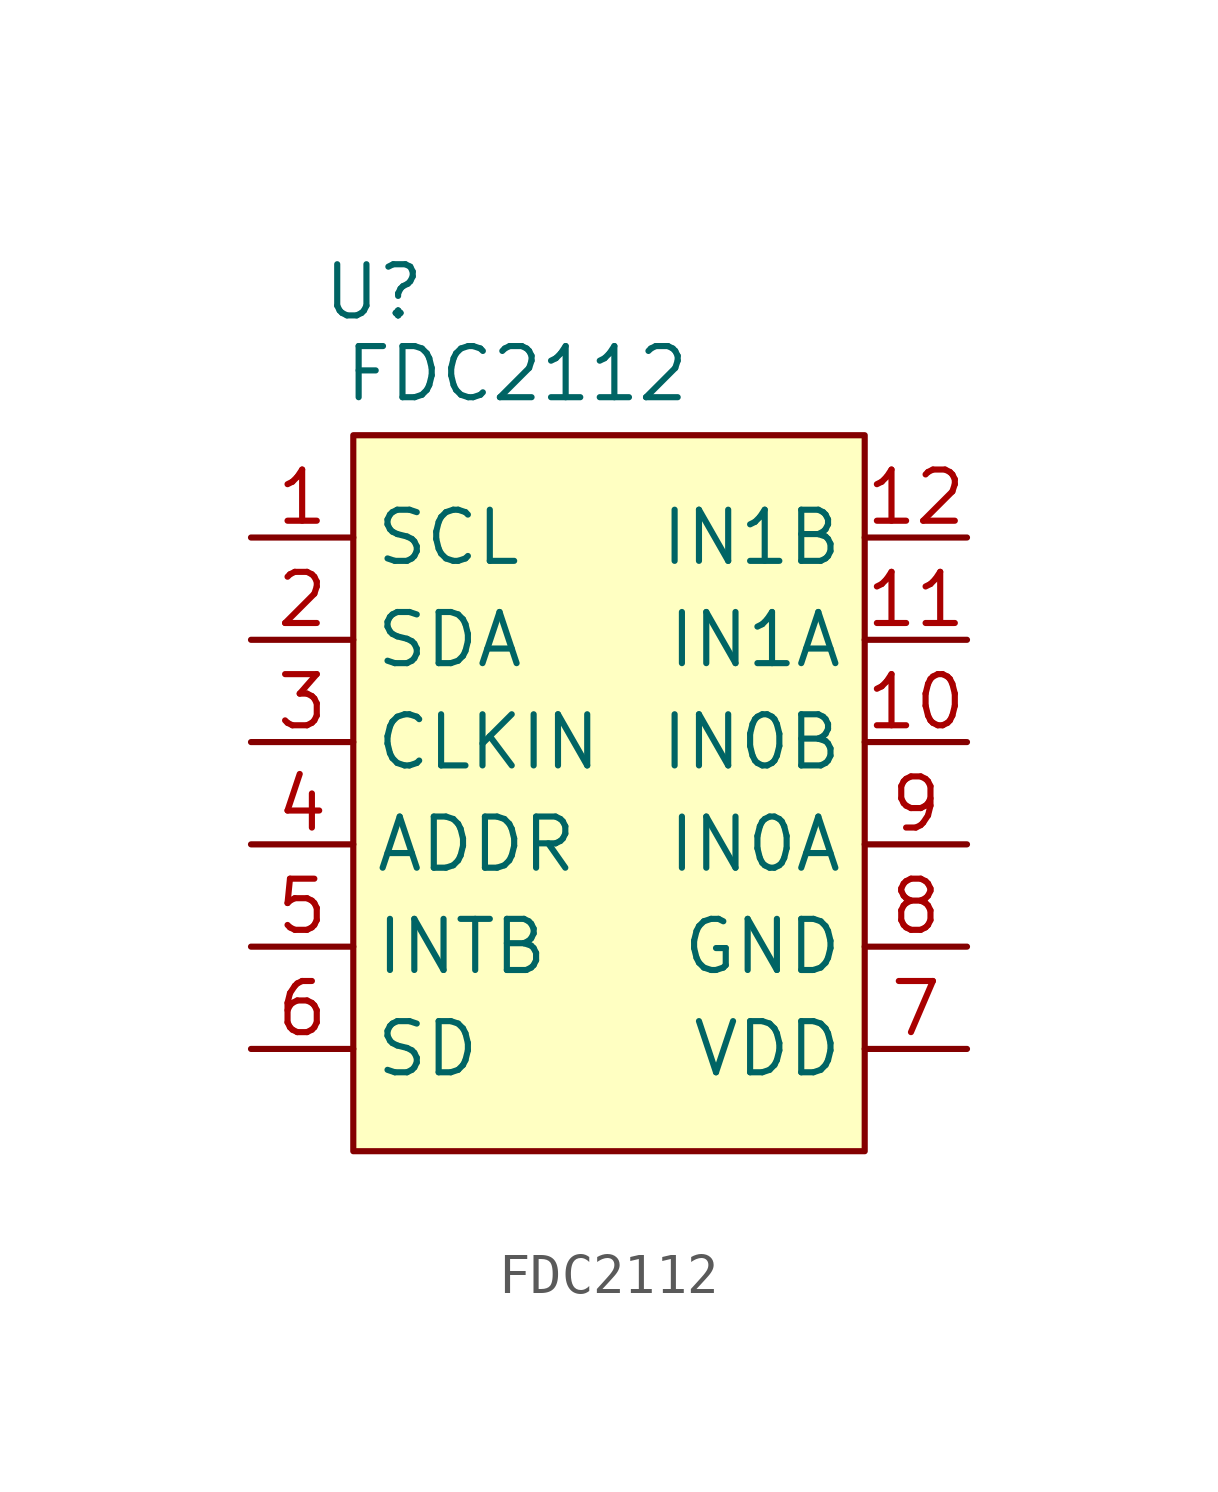
<source format=kicad_sym>
(kicad_symbol_lib
  (version 20231120)
  (generator "kicad_symbol_editor")
  (generator_version "8.0")
  (symbol "FDC2112"
    (property "Reference" "U"
      (at -5.842 12.446 0)
      (effects (font (size 1.27 1.27))))
    (property "Value" "FDC2112"
      (at -2.286 10.414 0)
      (effects (font (size 1.27 1.27))))
    (symbol "FDC2112_1_1"
      (rectangle (start -6.35 8.89) (end 6.35 -8.89) (stroke (width 0) (type default)) (fill (type background)))
      (pin input line (at -8.89 6.35 0) (length 2.54) (name "SCL" (effects (font (size 1.27 1.27)))) (number "1" (effects (font (size 1.27 1.27)))))
      (pin input line (at 8.89 1.27 180) (length 2.54) (name "IN0B" (effects (font (size 1.27 1.27)))) (number "10" (effects (font (size 1.27 1.27)))))
      (pin input line (at 8.89 3.81 180) (length 2.54) (name "IN1A" (effects (font (size 1.27 1.27)))) (number "11" (effects (font (size 1.27 1.27)))))
      (pin input line (at 8.89 6.35 180) (length 2.54) (name "IN1B" (effects (font (size 1.27 1.27)))) (number "12" (effects (font (size 1.27 1.27)))))
      (pin input line (at -8.89 3.81 0) (length 2.54) (name "SDA" (effects (font (size 1.27 1.27)))) (number "2" (effects (font (size 1.27 1.27)))))
      (pin input line (at -8.89 1.27 0) (length 2.54) (name "CLKIN" (effects (font (size 1.27 1.27)))) (number "3" (effects (font (size 1.27 1.27)))))
      (pin input line (at -8.89 -1.27 0) (length 2.54) (name "ADDR" (effects (font (size 1.27 1.27)))) (number "4" (effects (font (size 1.27 1.27)))))
      (pin input line (at -8.89 -3.81 0) (length 2.54) (name "INTB" (effects (font (size 1.27 1.27)))) (number "5" (effects (font (size 1.27 1.27)))))
      (pin input line (at -8.89 -6.35 0) (length 2.54) (name "SD" (effects (font (size 1.27 1.27)))) (number "6" (effects (font (size 1.27 1.27)))))
      (pin input line (at 8.89 -6.35 180) (length 2.54) (name "VDD" (effects (font (size 1.27 1.27)))) (number "7" (effects (font (size 1.27 1.27)))))
      (pin input line (at 8.89 -3.81 180) (length 2.54) (name "GND" (effects (font (size 1.27 1.27)))) (number "8" (effects (font (size 1.27 1.27)))))
      (pin input line (at 8.89 -1.27 180) (length 2.54) (name "IN0A" (effects (font (size 1.27 1.27)))) (number "9" (effects (font (size 1.27 1.27))))))))
</source>
